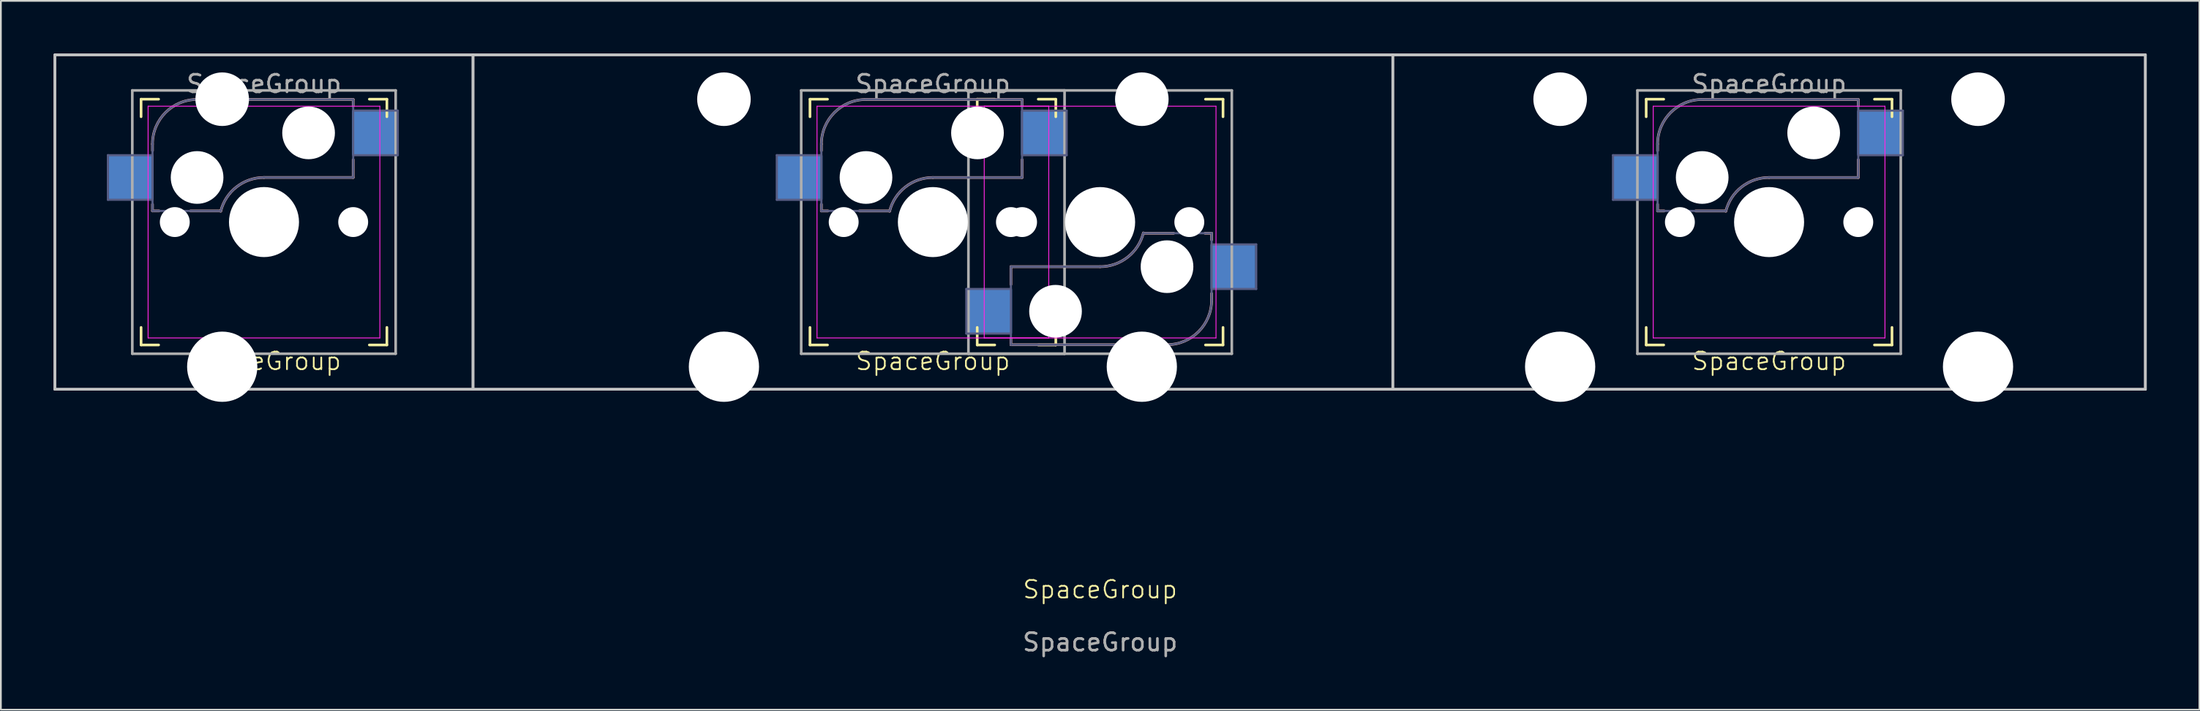
<source format=kicad_pcb>
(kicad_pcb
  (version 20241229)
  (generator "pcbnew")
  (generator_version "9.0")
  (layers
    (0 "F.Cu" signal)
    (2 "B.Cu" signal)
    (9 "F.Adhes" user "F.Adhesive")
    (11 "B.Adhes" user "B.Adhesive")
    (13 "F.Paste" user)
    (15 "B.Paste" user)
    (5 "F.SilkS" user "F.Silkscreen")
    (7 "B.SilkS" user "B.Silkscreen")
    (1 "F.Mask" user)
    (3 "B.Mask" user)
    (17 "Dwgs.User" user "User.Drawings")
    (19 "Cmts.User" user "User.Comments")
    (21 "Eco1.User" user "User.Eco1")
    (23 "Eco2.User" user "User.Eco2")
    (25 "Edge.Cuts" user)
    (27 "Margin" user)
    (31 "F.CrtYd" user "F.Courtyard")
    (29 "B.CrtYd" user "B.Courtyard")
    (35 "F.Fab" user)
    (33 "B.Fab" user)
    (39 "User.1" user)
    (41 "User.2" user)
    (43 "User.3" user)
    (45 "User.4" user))
  (footprint "SpaceGroup"
    (layer "F.Cu")
    (at 59.606 9.601)
    (property "Reference" "SpaceGroup" (at 0 20.929 0) (unlocked yes) (layer "F.SilkS") (effects (font (size 1 1) (thickness 0.1))))
    (property "Value" "SpaceGroup" (at 0 22.429 0) (unlocked yes) (layer "F.Fab") (hide yes) (effects (font (size 1 1) (thickness 0.15))))
    (attr through_hole)
    (fp_line (start -54.621 -6.001) (end -54.621 -7.001) (stroke (width 0.15) (type solid)) (layer "F.SilkS"))
    (fp_line (start -54.621 6.999) (end -54.621 5.999) (stroke (width 0.15) (type solid)) (layer "F.SilkS"))
    (fp_line (start -54.621 6.999) (end -53.621 6.999) (stroke (width 0.15) (type solid)) (layer "F.SilkS"))
    (fp_line (start -53.621 -7.001) (end -54.621 -7.001) (stroke (width 0.15) (type solid)) (layer "F.SilkS"))
    (fp_line (start -41.621 6.999) (end -40.621 6.999) (stroke (width 0.15) (type solid)) (layer "F.SilkS"))
    (fp_line (start -40.621 -7.001) (end -41.621 -7.001) (stroke (width 0.15) (type solid)) (layer "F.SilkS"))
    (fp_line (start -40.621 -7.001) (end -40.621 -6.001) (stroke (width 0.15) (type solid)) (layer "F.SilkS"))
    (fp_line (start -40.621 5.999) (end -40.621 6.999) (stroke (width 0.15) (type solid)) (layer "F.SilkS"))
    (fp_line (start -16.525 -6) (end -16.525 -7) (stroke (width 0.15) (type solid)) (layer "F.SilkS"))
    (fp_line (start -16.525 7) (end -16.525 6) (stroke (width 0.15) (type solid)) (layer "F.SilkS"))
    (fp_line (start -16.525 7) (end -15.525 7) (stroke (width 0.15) (type solid)) (layer "F.SilkS"))
    (fp_line (start -15.525 -7) (end -16.525 -7) (stroke (width 0.15) (type solid)) (layer "F.SilkS"))
    (fp_line (start -7 -6) (end -7 -7) (stroke (width 0.15) (type solid)) (layer "F.SilkS"))
    (fp_line (start -7 7) (end -7 6) (stroke (width 0.15) (type solid)) (layer "F.SilkS"))
    (fp_line (start -7 7) (end -6 7) (stroke (width 0.15) (type solid)) (layer "F.SilkS"))
    (fp_line (start -6 -7) (end -7 -7) (stroke (width 0.15) (type solid)) (layer "F.SilkS"))
    (fp_line (start -3.525 7) (end -2.525 7) (stroke (width 0.15) (type solid)) (layer "F.SilkS"))
    (fp_line (start -2.525 -7) (end -3.525 -7) (stroke (width 0.15) (type solid)) (layer "F.SilkS"))
    (fp_line (start -2.525 -7) (end -2.525 -6) (stroke (width 0.15) (type solid)) (layer "F.SilkS"))
    (fp_line (start -2.525 6) (end -2.525 7) (stroke (width 0.15) (type solid)) (layer "F.SilkS"))
    (fp_line (start 6 7) (end 7 7) (stroke (width 0.15) (type solid)) (layer "F.SilkS"))
    (fp_line (start 7 -7) (end 6 -7) (stroke (width 0.15) (type solid)) (layer "F.SilkS"))
    (fp_line (start 7 -7) (end 7 -6) (stroke (width 0.15) (type solid)) (layer "F.SilkS"))
    (fp_line (start 7 6) (end 7 7) (stroke (width 0.15) (type solid)) (layer "F.SilkS"))
    (fp_line (start 31.1 -6) (end 31.1 -7) (stroke (width 0.15) (type solid)) (layer "F.SilkS"))
    (fp_line (start 31.1 7) (end 31.1 6) (stroke (width 0.15) (type solid)) (layer "F.SilkS"))
    (fp_line (start 31.1 7) (end 32.1 7) (stroke (width 0.15) (type solid)) (layer "F.SilkS"))
    (fp_line (start 32.1 -7) (end 31.1 -7) (stroke (width 0.15) (type solid)) (layer "F.SilkS"))
    (fp_line (start 44.1 7) (end 45.1 7) (stroke (width 0.15) (type solid)) (layer "F.SilkS"))
    (fp_line (start 45.1 -7) (end 44.1 -7) (stroke (width 0.15) (type solid)) (layer "F.SilkS"))
    (fp_line (start 45.1 -7) (end 45.1 -6) (stroke (width 0.15) (type solid)) (layer "F.SilkS"))
    (fp_line (start 45.1 6) (end 45.1 7) (stroke (width 0.15) (type solid)) (layer "F.SilkS"))
    (fp_line (start -53.971 -4.446) (end -53.971 -4.065) (stroke (width 0.15) (type solid)) (layer "B.SilkS"))
    (fp_line (start -53.971 -1.017) (end -53.971 -0.636) (stroke (width 0.15) (type solid)) (layer "B.SilkS"))
    (fp_line (start -53.59 -0.636) (end -53.971 -0.636) (stroke (width 0.15) (type solid)) (layer "B.SilkS"))
    (fp_line (start -51.431 -6.986) (end -42.541 -6.986) (stroke (width 0.15) (type solid)) (layer "B.SilkS"))
    (fp_line (start -50.085 -0.636) (end -51.812 -0.636) (stroke (width 0.15) (type solid)) (layer "B.SilkS"))
    (fp_line (start -42.541 -6.986) (end -42.541 -6.605) (stroke (width 0.15) (type solid)) (layer "B.SilkS"))
    (fp_line (start -42.541 -3.557) (end -42.541 -2.541) (stroke (width 0.15) (type solid)) (layer "B.SilkS"))
    (fp_line (start -42.541 -2.541) (end -47.621 -2.541) (stroke (width 0.15) (type solid)) (layer "B.SilkS"))
    (fp_line (start -15.875 -4.445) (end -15.875 -4.064) (stroke (width 0.15) (type solid)) (layer "B.SilkS"))
    (fp_line (start -15.875 -1.016) (end -15.875 -0.635) (stroke (width 0.15) (type solid)) (layer "B.SilkS"))
    (fp_line (start -15.494 -0.635) (end -15.875 -0.635) (stroke (width 0.15) (type solid)) (layer "B.SilkS"))
    (fp_line (start -13.335 -6.985) (end -4.445 -6.985) (stroke (width 0.15) (type solid)) (layer "B.SilkS"))
    (fp_line (start -11.989 -0.635) (end -13.716 -0.635) (stroke (width 0.15) (type solid)) (layer "B.SilkS"))
    (fp_line (start -5.08 2.54) (end 0 2.54) (stroke (width 0.15) (type solid)) (layer "B.SilkS"))
    (fp_line (start -5.08 3.556) (end -5.08 2.54) (stroke (width 0.15) (type solid)) (layer "B.SilkS"))
    (fp_line (start -5.08 6.985) (end -5.08 6.604) (stroke (width 0.15) (type solid)) (layer "B.SilkS"))
    (fp_line (start -4.445 -6.985) (end -4.445 -6.604) (stroke (width 0.15) (type solid)) (layer "B.SilkS"))
    (fp_line (start -4.445 -3.556) (end -4.445 -2.54) (stroke (width 0.15) (type solid)) (layer "B.SilkS"))
    (fp_line (start -4.445 -2.54) (end -9.525 -2.54) (stroke (width 0.15) (type solid)) (layer "B.SilkS"))
    (fp_line (start 2.464 0.635) (end 4.191 0.635) (stroke (width 0.15) (type solid)) (layer "B.SilkS"))
    (fp_line (start 3.81 6.985) (end -5.08 6.985) (stroke (width 0.15) (type solid)) (layer "B.SilkS"))
    (fp_line (start 5.969 0.635) (end 6.35 0.635) (stroke (width 0.15) (type solid)) (layer "B.SilkS"))
    (fp_line (start 6.35 1.016) (end 6.35 0.635) (stroke (width 0.15) (type solid)) (layer "B.SilkS"))
    (fp_line (start 6.35 4.445) (end 6.35 4.064) (stroke (width 0.15) (type solid)) (layer "B.SilkS"))
    (fp_line (start 31.75 -4.445) (end 31.75 -4.064) (stroke (width 0.15) (type solid)) (layer "B.SilkS"))
    (fp_line (start 31.75 -1.016) (end 31.75 -0.635) (stroke (width 0.15) (type solid)) (layer "B.SilkS"))
    (fp_line (start 32.131 -0.635) (end 31.75 -0.635) (stroke (width 0.15) (type solid)) (layer "B.SilkS"))
    (fp_line (start 34.29 -6.985) (end 43.18 -6.985) (stroke (width 0.15) (type solid)) (layer "B.SilkS"))
    (fp_line (start 35.636 -0.635) (end 33.909 -0.635) (stroke (width 0.15) (type solid)) (layer "B.SilkS"))
    (fp_line (start 43.18 -6.985) (end 43.18 -6.604) (stroke (width 0.15) (type solid)) (layer "B.SilkS"))
    (fp_line (start 43.18 -3.556) (end 43.18 -2.54) (stroke (width 0.15) (type solid)) (layer "B.SilkS"))
    (fp_line (start 43.18 -2.54) (end 38.1 -2.54) (stroke (width 0.15) (type solid)) (layer "B.SilkS"))
    (fp_arc (start -53.97125 -4.446) (mid -53.227301 -6.242051) (end -51.43125 -6.986) (stroke (width 0.15) (type solid)) (layer "B.SilkS"))
    (fp_arc (start -50.085412 -0.61704) (mid -49.184397 -2.003042) (end -47.62125 -2.541) (stroke (width 0.15) (type solid)) (layer "B.SilkS"))
    (fp_arc (start -15.875 -4.445) (mid -15.131051 -6.241051) (end -13.335 -6.985) (stroke (width 0.15) (type solid)) (layer "B.SilkS"))
    (fp_arc (start -11.989162 -0.61604) (mid -11.088147 -2.002042) (end -9.525 -2.54) (stroke (width 0.15) (type solid)) (layer "B.SilkS"))
    (fp_arc (start 2.464162 0.61604) (mid 1.563147 2.002042) (end 0 2.54) (stroke (width 0.15) (type solid)) (layer "B.SilkS"))
    (fp_arc (start 6.35 4.445) (mid 5.606051 6.241051) (end 3.81 6.985) (stroke (width 0.15) (type solid)) (layer "B.SilkS"))
    (fp_arc (start 31.75 -4.445) (mid 32.493949 -6.241051) (end 34.29 -6.985) (stroke (width 0.15) (type solid)) (layer "B.SilkS"))
    (fp_arc (start 35.635838 -0.61604) (mid 36.536853 -2.002042) (end 38.1 -2.54) (stroke (width 0.15) (type solid)) (layer "B.SilkS"))
    (fp_line (start -59.531 -9.525) (end 59.531 -9.525) (stroke (width 0.15) (type solid)) (layer "Dwgs.User"))
    (fp_line (start -59.531 9.525) (end -59.531 -9.525) (stroke (width 0.15) (type solid)) (layer "Dwgs.User"))
    (fp_line (start -59.528 -9.526) (end -35.715 -9.526) (stroke (width 0.15) (type solid)) (layer "Dwgs.User"))
    (fp_line (start -59.528 9.524) (end -59.528 -9.526) (stroke (width 0.15) (type solid)) (layer "Dwgs.User"))
    (fp_line (start -35.719 -9.525) (end 16.669 -9.525) (stroke (width 0.15) (type solid)) (layer "Dwgs.User"))
    (fp_line (start -35.719 9.525) (end -35.719 -9.525) (stroke (width 0.15) (type solid)) (layer "Dwgs.User"))
    (fp_line (start -35.715 -9.526) (end -35.715 9.524) (stroke (width 0.15) (type solid)) (layer "Dwgs.User"))
    (fp_line (start -35.715 9.524) (end -59.528 9.524) (stroke (width 0.15) (type solid)) (layer "Dwgs.User"))
    (fp_line (start 16.669 -9.525) (end 16.669 9.525) (stroke (width 0.15) (type solid)) (layer "Dwgs.User"))
    (fp_line (start 16.669 -9.525) (end 59.531 -9.525) (stroke (width 0.15) (type solid)) (layer "Dwgs.User"))
    (fp_line (start 16.669 9.525) (end -35.719 9.525) (stroke (width 0.15) (type solid)) (layer "Dwgs.User"))
    (fp_line (start 16.669 9.525) (end 16.669 -9.525) (stroke (width 0.15) (type solid)) (layer "Dwgs.User"))
    (fp_line (start 59.531 -9.525) (end 59.531 9.525) (stroke (width 0.15) (type solid)) (layer "Dwgs.User"))
    (fp_line (start 59.531 -9.525) (end 59.531 9.525) (stroke (width 0.15) (type solid)) (layer "Dwgs.User"))
    (fp_line (start 59.531 9.525) (end -59.531 9.525) (stroke (width 0.15) (type solid)) (layer "Dwgs.User"))
    (fp_line (start 59.531 9.525) (end 16.669 9.525) (stroke (width 0.15) (type solid)) (layer "Dwgs.User"))
    (fp_line (start -54.521 6.899) (end -54.521 -6.901) (stroke (width 0.15) (type solid)) (layer "Eco2.User"))
    (fp_line (start -54.521 6.899) (end -40.721 6.899) (stroke (width 0.15) (type solid)) (layer "Eco2.User"))
    (fp_line (start -40.721 -6.901) (end -54.521 -6.901) (stroke (width 0.15) (type solid)) (layer "Eco2.User"))
    (fp_line (start -40.721 -6.901) (end -40.721 6.899) (stroke (width 0.15) (type solid)) (layer "Eco2.User"))
    (fp_line (start -16.425 6.9) (end -16.425 -6.9) (stroke (width 0.15) (type solid)) (layer "Eco2.User"))
    (fp_line (start -16.425 6.9) (end -2.625 6.9) (stroke (width 0.15) (type solid)) (layer "Eco2.User"))
    (fp_line (start -6.9 6.9) (end -6.9 -6.9) (stroke (width 0.15) (type solid)) (layer "Eco2.User"))
    (fp_line (start -6.9 6.9) (end 6.9 6.9) (stroke (width 0.15) (type solid)) (layer "Eco2.User"))
    (fp_line (start -2.625 -6.9) (end -16.425 -6.9) (stroke (width 0.15) (type solid)) (layer "Eco2.User"))
    (fp_line (start -2.625 -6.9) (end -2.625 6.9) (stroke (width 0.15) (type solid)) (layer "Eco2.User"))
    (fp_line (start 6.9 -6.9) (end -6.9 -6.9) (stroke (width 0.15) (type solid)) (layer "Eco2.User"))
    (fp_line (start 6.9 -6.9) (end 6.9 6.9) (stroke (width 0.15) (type solid)) (layer "Eco2.User"))
    (fp_line (start 31.2 6.9) (end 31.2 -6.9) (stroke (width 0.15) (type solid)) (layer "Eco2.User"))
    (fp_line (start 31.2 6.9) (end 45 6.9) (stroke (width 0.15) (type solid)) (layer "Eco2.User"))
    (fp_line (start 45 -6.9) (end 31.2 -6.9) (stroke (width 0.15) (type solid)) (layer "Eco2.User"))
    (fp_line (start 45 -6.9) (end 45 6.9) (stroke (width 0.15) (type solid)) (layer "Eco2.User"))
    (fp_line (start -54.221 -6.601) (end -41.021 -6.601) (stroke (width 0.05) (type solid)) (layer "F.CrtYd"))
    (fp_line (start -54.221 6.599) (end -54.221 -6.601) (stroke (width 0.05) (type solid)) (layer "F.CrtYd"))
    (fp_line (start -41.021 -6.601) (end -41.021 6.599) (stroke (width 0.05) (type solid)) (layer "F.CrtYd"))
    (fp_line (start -41.021 6.599) (end -54.221 6.599) (stroke (width 0.05) (type solid)) (layer "F.CrtYd"))
    (fp_line (start -16.125 -6.6) (end -2.925 -6.6) (stroke (width 0.05) (type solid)) (layer "F.CrtYd"))
    (fp_line (start -16.125 6.6) (end -16.125 -6.6) (stroke (width 0.05) (type solid)) (layer "F.CrtYd"))
    (fp_line (start -6.6 -6.6) (end 6.6 -6.6) (stroke (width 0.05) (type solid)) (layer "F.CrtYd"))
    (fp_line (start -6.6 6.6) (end -6.6 -6.6) (stroke (width 0.05) (type solid)) (layer "F.CrtYd"))
    (fp_line (start -2.925 -6.6) (end -2.925 6.6) (stroke (width 0.05) (type solid)) (layer "F.CrtYd"))
    (fp_line (start -2.925 6.6) (end -16.125 6.6) (stroke (width 0.05) (type solid)) (layer "F.CrtYd"))
    (fp_line (start 6.6 -6.6) (end 6.6 6.6) (stroke (width 0.05) (type solid)) (layer "F.CrtYd"))
    (fp_line (start 6.6 6.6) (end -6.6 6.6) (stroke (width 0.05) (type solid)) (layer "F.CrtYd"))
    (fp_line (start 31.5 -6.6) (end 44.7 -6.6) (stroke (width 0.05) (type solid)) (layer "F.CrtYd"))
    (fp_line (start 31.5 6.6) (end 31.5 -6.6) (stroke (width 0.05) (type solid)) (layer "F.CrtYd"))
    (fp_line (start 44.7 -6.6) (end 44.7 6.6) (stroke (width 0.05) (type solid)) (layer "F.CrtYd"))
    (fp_line (start 44.7 6.6) (end 31.5 6.6) (stroke (width 0.05) (type solid)) (layer "F.CrtYd"))
    (fp_line (start -56.511 -3.811) (end -53.971 -3.811) (stroke (width 0.12) (type solid)) (layer "B.Fab"))
    (fp_line (start -56.511 -1.271) (end -56.511 -3.811) (stroke (width 0.12) (type solid)) (layer "B.Fab"))
    (fp_line (start -53.971 -1.271) (end -56.511 -1.271) (stroke (width 0.12) (type solid)) (layer "B.Fab"))
    (fp_line (start -53.971 -0.636) (end -53.971 -4.446) (stroke (width 0.12) (type solid)) (layer "B.Fab"))
    (fp_line (start -53.971 -0.636) (end -50.161 -0.636) (stroke (width 0.12) (type solid)) (layer "B.Fab"))
    (fp_line (start -51.431 -6.986) (end -42.541 -6.986) (stroke (width 0.12) (type solid)) (layer "B.Fab"))
    (fp_line (start -42.541 -6.986) (end -42.541 -2.541) (stroke (width 0.12) (type solid)) (layer "B.Fab"))
    (fp_line (start -42.541 -6.351) (end -40.001 -6.351) (stroke (width 0.12) (type solid)) (layer "B.Fab"))
    (fp_line (start -42.541 -2.541) (end -47.621 -2.541) (stroke (width 0.12) (type solid)) (layer "B.Fab"))
    (fp_line (start -40.001 -6.351) (end -40.001 -3.811) (stroke (width 0.12) (type solid)) (layer "B.Fab"))
    (fp_line (start -40.001 -3.811) (end -42.541 -3.811) (stroke (width 0.12) (type solid)) (layer "B.Fab"))
    (fp_line (start -18.415 -3.81) (end -15.875 -3.81) (stroke (width 0.12) (type solid)) (layer "B.Fab"))
    (fp_line (start -18.415 -1.27) (end -18.415 -3.81) (stroke (width 0.12) (type solid)) (layer "B.Fab"))
    (fp_line (start -15.875 -1.27) (end -18.415 -1.27) (stroke (width 0.12) (type solid)) (layer "B.Fab"))
    (fp_line (start -15.875 -0.635) (end -15.875 -4.445) (stroke (width 0.12) (type solid)) (layer "B.Fab"))
    (fp_line (start -15.875 -0.635) (end -12.065 -0.635) (stroke (width 0.12) (type solid)) (layer "B.Fab"))
    (fp_line (start -13.335 -6.985) (end -4.445 -6.985) (stroke (width 0.12) (type solid)) (layer "B.Fab"))
    (fp_line (start -7.62 3.81) (end -5.08 3.81) (stroke (width 0.12) (type solid)) (layer "B.Fab"))
    (fp_line (start -7.62 6.35) (end -7.62 3.81) (stroke (width 0.12) (type solid)) (layer "B.Fab"))
    (fp_line (start -5.08 2.54) (end 0 2.54) (stroke (width 0.12) (type solid)) (layer "B.Fab"))
    (fp_line (start -5.08 6.35) (end -7.62 6.35) (stroke (width 0.12) (type solid)) (layer "B.Fab"))
    (fp_line (start -5.08 6.985) (end -5.08 2.54) (stroke (width 0.12) (type solid)) (layer "B.Fab"))
    (fp_line (start -4.445 -6.985) (end -4.445 -2.54) (stroke (width 0.12) (type solid)) (layer "B.Fab"))
    (fp_line (start -4.445 -6.35) (end -1.905 -6.35) (stroke (width 0.12) (type solid)) (layer "B.Fab"))
    (fp_line (start -4.445 -2.54) (end -9.525 -2.54) (stroke (width 0.12) (type solid)) (layer "B.Fab"))
    (fp_line (start -1.905 -6.35) (end -1.905 -3.81) (stroke (width 0.12) (type solid)) (layer "B.Fab"))
    (fp_line (start -1.905 -3.81) (end -4.445 -3.81) (stroke (width 0.12) (type solid)) (layer "B.Fab"))
    (fp_line (start 3.81 6.985) (end -5.08 6.985) (stroke (width 0.12) (type solid)) (layer "B.Fab"))
    (fp_line (start 6.35 0.635) (end 2.54 0.635) (stroke (width 0.12) (type solid)) (layer "B.Fab"))
    (fp_line (start 6.35 0.635) (end 6.35 4.445) (stroke (width 0.12) (type solid)) (layer "B.Fab"))
    (fp_line (start 6.35 1.27) (end 8.89 1.27) (stroke (width 0.12) (type solid)) (layer "B.Fab"))
    (fp_line (start 8.89 1.27) (end 8.89 3.81) (stroke (width 0.12) (type solid)) (layer "B.Fab"))
    (fp_line (start 8.89 3.81) (end 6.35 3.81) (stroke (width 0.12) (type solid)) (layer "B.Fab"))
    (fp_line (start 29.21 -3.81) (end 31.75 -3.81) (stroke (width 0.12) (type solid)) (layer "B.Fab"))
    (fp_line (start 29.21 -1.27) (end 29.21 -3.81) (stroke (width 0.12) (type solid)) (layer "B.Fab"))
    (fp_line (start 31.75 -1.27) (end 29.21 -1.27) (stroke (width 0.12) (type solid)) (layer "B.Fab"))
    (fp_line (start 31.75 -0.635) (end 31.75 -4.445) (stroke (width 0.12) (type solid)) (layer "B.Fab"))
    (fp_line (start 31.75 -0.635) (end 35.56 -0.635) (stroke (width 0.12) (type solid)) (layer "B.Fab"))
    (fp_line (start 34.29 -6.985) (end 43.18 -6.985) (stroke (width 0.12) (type solid)) (layer "B.Fab"))
    (fp_line (start 43.18 -6.985) (end 43.18 -2.54) (stroke (width 0.12) (type solid)) (layer "B.Fab"))
    (fp_line (start 43.18 -6.35) (end 45.72 -6.35) (stroke (width 0.12) (type solid)) (layer "B.Fab"))
    (fp_line (start 43.18 -2.54) (end 38.1 -2.54) (stroke (width 0.12) (type solid)) (layer "B.Fab"))
    (fp_line (start 45.72 -6.35) (end 45.72 -3.81) (stroke (width 0.12) (type solid)) (layer "B.Fab"))
    (fp_line (start 45.72 -3.81) (end 43.18 -3.81) (stroke (width 0.12) (type solid)) (layer "B.Fab"))
    (fp_arc (start -53.97125 -4.446) (mid -53.227301 -6.242051) (end -51.43125 -6.986) (stroke (width 0.12) (type solid)) (layer "B.Fab"))
    (fp_arc (start -50.085412 -0.61704) (mid -49.184397 -2.003042) (end -47.62125 -2.541) (stroke (width 0.12) (type solid)) (layer "B.Fab"))
    (fp_arc (start -15.875 -4.445) (mid -15.131051 -6.241051) (end -13.335 -6.985) (stroke (width 0.12) (type solid)) (layer "B.Fab"))
    (fp_arc (start -11.989162 -0.61604) (mid -11.088147 -2.002042) (end -9.525 -2.54) (stroke (width 0.12) (type solid)) (layer "B.Fab"))
    (fp_arc (start 2.464162 0.61604) (mid 1.563147 2.002042) (end 0 2.54) (stroke (width 0.12) (type solid)) (layer "B.Fab"))
    (fp_arc (start 6.35 4.445) (mid 5.606051 6.241051) (end 3.81 6.985) (stroke (width 0.12) (type solid)) (layer "B.Fab"))
    (fp_arc (start 31.75 -4.445) (mid 32.493949 -6.241051) (end 34.29 -6.985) (stroke (width 0.12) (type solid)) (layer "B.Fab"))
    (fp_arc (start 35.635838 -0.61604) (mid 36.536853 -2.002042) (end 38.1 -2.54) (stroke (width 0.12) (type solid)) (layer "B.Fab"))
    (fp_line (start -55.121 -7.501) (end -40.121 -7.501) (stroke (width 0.15) (type solid)) (layer "F.Fab"))
    (fp_line (start -55.121 7.499) (end -55.121 -7.501) (stroke (width 0.15) (type solid)) (layer "F.Fab"))
    (fp_line (start -40.121 -7.501) (end -40.121 7.499) (stroke (width 0.15) (type solid)) (layer "F.Fab"))
    (fp_line (start -40.121 7.499) (end -55.121 7.499) (stroke (width 0.15) (type solid)) (layer "F.Fab"))
    (fp_line (start -17.025 -7.5) (end -2.025 -7.5) (stroke (width 0.15) (type solid)) (layer "F.Fab"))
    (fp_line (start -17.025 7.5) (end -17.025 -7.5) (stroke (width 0.15) (type solid)) (layer "F.Fab"))
    (fp_line (start -7.5 -7.5) (end 7.5 -7.5) (stroke (width 0.15) (type solid)) (layer "F.Fab"))
    (fp_line (start -7.5 7.5) (end -7.5 -7.5) (stroke (width 0.15) (type solid)) (layer "F.Fab"))
    (fp_line (start -2.025 -7.5) (end -2.025 7.5) (stroke (width 0.15) (type solid)) (layer "F.Fab"))
    (fp_line (start -2.025 7.5) (end -17.025 7.5) (stroke (width 0.15) (type solid)) (layer "F.Fab"))
    (fp_line (start 7.5 -7.5) (end 7.5 7.5) (stroke (width 0.15) (type solid)) (layer "F.Fab"))
    (fp_line (start 7.5 7.5) (end -7.5 7.5) (stroke (width 0.15) (type solid)) (layer "F.Fab"))
    (fp_line (start 30.6 -7.5) (end 45.6 -7.5) (stroke (width 0.15) (type solid)) (layer "F.Fab"))
    (fp_line (start 30.6 7.5) (end 30.6 -7.5) (stroke (width 0.15) (type solid)) (layer "F.Fab"))
    (fp_line (start 45.6 -7.5) (end 45.6 7.5) (stroke (width 0.15) (type solid)) (layer "F.Fab"))
    (fp_line (start 45.6 7.5) (end 30.6 7.5) (stroke (width 0.15) (type solid)) (layer "F.Fab"))
    (fp_text user "${VALUE}" (at -9.525 8.508 0) (unlocked yes) (layer "F.SilkS") (effects (font (size 1 1) (thickness 0.1)) (justify bottom)))
    (fp_text user "${VALUE}" (at -47.621 8.507 0) (unlocked yes) (layer "F.SilkS") (effects (font (size 1 1) (thickness 0.1)) (justify bottom)))
    (fp_text user "${VALUE}" (at 38.1 8.508 0) (unlocked yes) (layer "F.SilkS") (effects (font (size 1 1) (thickness 0.1)) (justify bottom)))
    (fp_text user "${REFERENCE}" (at -9.525 -7.874 0) (layer "F.Fab") (effects (font (size 1 1) (thickness 0.15))))
    (fp_text user "${REFERENCE}" (at -47.621 -7.875 0) (layer "F.Fab") (effects (font (size 1 1) (thickness 0.15))))
    (fp_text user "${REFERENCE}" (at 38.1 -7.874 0) (layer "F.Fab") (effects (font (size 1 1) (thickness 0.15))))
    (fp_text user "${REFERENCE}" (at 0 23.929 0) (unlocked yes) (layer "F.Fab") (effects (font (size 1 1) (thickness 0.15))))
    (pad "" np_thru_hole circle (at -52.701 -0.001) (size 1.702 1.702) (drill 1.702) (layers "*.Cu" "*.Mask"))
    (pad "" np_thru_hole circle (at -51.431 -2.541) (size 3 3) (drill 3) (layers "*.Cu" "*.Mask"))
    (pad "" np_thru_hole circle (at -50 -7) (size 3.05 3.05) (drill 3.05) (layers "*.Cu" "*.Mask"))
    (pad "" np_thru_hole circle (at -50 8.24) (size 4 4) (drill 4) (layers "*.Cu" "*.Mask"))
    (pad "" np_thru_hole circle (at -47.621 -0.001) (size 3.988 3.988) (drill 3.988) (layers "*.Cu" "*.Mask"))
    (pad "" np_thru_hole circle (at -45.081 -5.081) (size 3 3) (drill 3) (layers "*.Cu" "*.Mask"))
    (pad "" np_thru_hole circle (at -42.541 -0.001) (size 1.702 1.702) (drill 1.702) (layers "*.Cu" "*.Mask"))
    (pad "" np_thru_hole circle (at -21.425 -7) (size 3.05 3.05) (drill 3.05) (layers "*.Cu" "*.Mask"))
    (pad "" np_thru_hole circle (at -21.425 8.24) (size 4 4) (drill 4) (layers "*.Cu" "*.Mask"))
    (pad "" np_thru_hole circle (at -14.605 0) (size 1.702 1.702) (drill 1.702) (layers "*.Cu" "*.Mask"))
    (pad "" np_thru_hole circle (at -13.335 -2.54) (size 3 3) (drill 3) (layers "*.Cu" "*.Mask"))
    (pad "" np_thru_hole circle (at -9.525 0) (size 3.988 3.988) (drill 3.988) (layers "*.Cu" "*.Mask"))
    (pad "" np_thru_hole circle (at -6.985 -5.08) (size 3 3) (drill 3) (layers "*.Cu" "*.Mask"))
    (pad "" np_thru_hole circle (at -5.08 0 180) (size 1.702 1.702) (drill 1.702) (layers "*.Cu" "*.Mask"))
    (pad "" np_thru_hole circle (at -4.445 0) (size 1.702 1.702) (drill 1.702) (layers "*.Cu" "*.Mask"))
    (pad "" np_thru_hole circle (at -2.54 5.08 180) (size 3 3) (drill 3) (layers "*.Cu" "*.Mask"))
    (pad "" np_thru_hole circle (at 0 0 180) (size 3.988 3.988) (drill 3.988) (layers "*.Cu" "*.Mask"))
    (pad "" np_thru_hole circle (at 2.375 -7) (size 3.05 3.05) (drill 3.05) (layers "*.Cu" "*.Mask"))
    (pad "" np_thru_hole circle (at 2.375 8.24) (size 4 4) (drill 4) (layers "*.Cu" "*.Mask"))
    (pad "" np_thru_hole circle (at 3.81 2.54 180) (size 3 3) (drill 3) (layers "*.Cu" "*.Mask"))
    (pad "" np_thru_hole circle (at 5.08 0 180) (size 1.702 1.702) (drill 1.702) (layers "*.Cu" "*.Mask"))
    (pad "" np_thru_hole circle (at 26.2 -7) (size 3.05 3.05) (drill 3.05) (layers "*.Cu" "*.Mask"))
    (pad "" np_thru_hole circle (at 26.2 8.24) (size 4 4) (drill 4) (layers "*.Cu" "*.Mask"))
    (pad "" np_thru_hole circle (at 33.02 0) (size 1.702 1.702) (drill 1.702) (layers "*.Cu" "*.Mask"))
    (pad "" np_thru_hole circle (at 34.29 -2.54) (size 3 3) (drill 3) (layers "*.Cu" "*.Mask"))
    (pad "" np_thru_hole circle (at 38.1 0) (size 3.988 3.988) (drill 3.988) (layers "*.Cu" "*.Mask"))
    (pad "" np_thru_hole circle (at 40.64 -5.08) (size 3 3) (drill 3) (layers "*.Cu" "*.Mask"))
    (pad "" np_thru_hole circle (at 43.18 0) (size 1.702 1.702) (drill 1.702) (layers "*.Cu" "*.Mask"))
    (pad "" np_thru_hole circle (at 50 -7) (size 3.05 3.05) (drill 3.05) (layers "*.Cu" "*.Mask"))
    (pad "" np_thru_hole circle (at 50 8.24) (size 4 4) (drill 4) (layers "*.Cu" "*.Mask"))
    (pad "1" smd rect (at -41.331 -5.081) (size 2.55 2.5) (layers "B.Cu" "B.Mask" "B.Paste"))
    (pad "2" smd rect (at -55.181 -2.541) (size 2.55 2.5) (layers "B.Cu" "B.Mask" "B.Paste"))
    (pad "3" smd rect (at -3.235 -5.08) (size 2.55 2.5) (layers "B.Cu" "B.Mask" "B.Paste"))
    (pad "3" smd rect (at 7.56 2.54 180) (size 2.55 2.5) (layers "B.Cu" "B.Mask" "B.Paste"))
    (pad "4" smd rect (at -17.085 -2.54) (size 2.55 2.5) (layers "B.Cu" "B.Mask" "B.Paste"))
    (pad "4" smd rect (at -6.29 5.08 180) (size 2.55 2.5) (layers "B.Cu" "B.Mask" "B.Paste"))
    (pad "5" smd rect (at 44.39 -5.08) (size 2.55 2.5) (layers "B.Cu" "B.Mask" "B.Paste"))
    (pad "6" smd rect (at 30.54 -2.54) (size 2.55 2.5) (layers "B.Cu" "B.Mask" "B.Paste")))
  (gr_rect
    (start -3 -3)
    (end 122.213 37.378)
    (stroke (width 0.1) (type default))
    (fill no)
    (layer "Edge.Cuts")))
</source>
